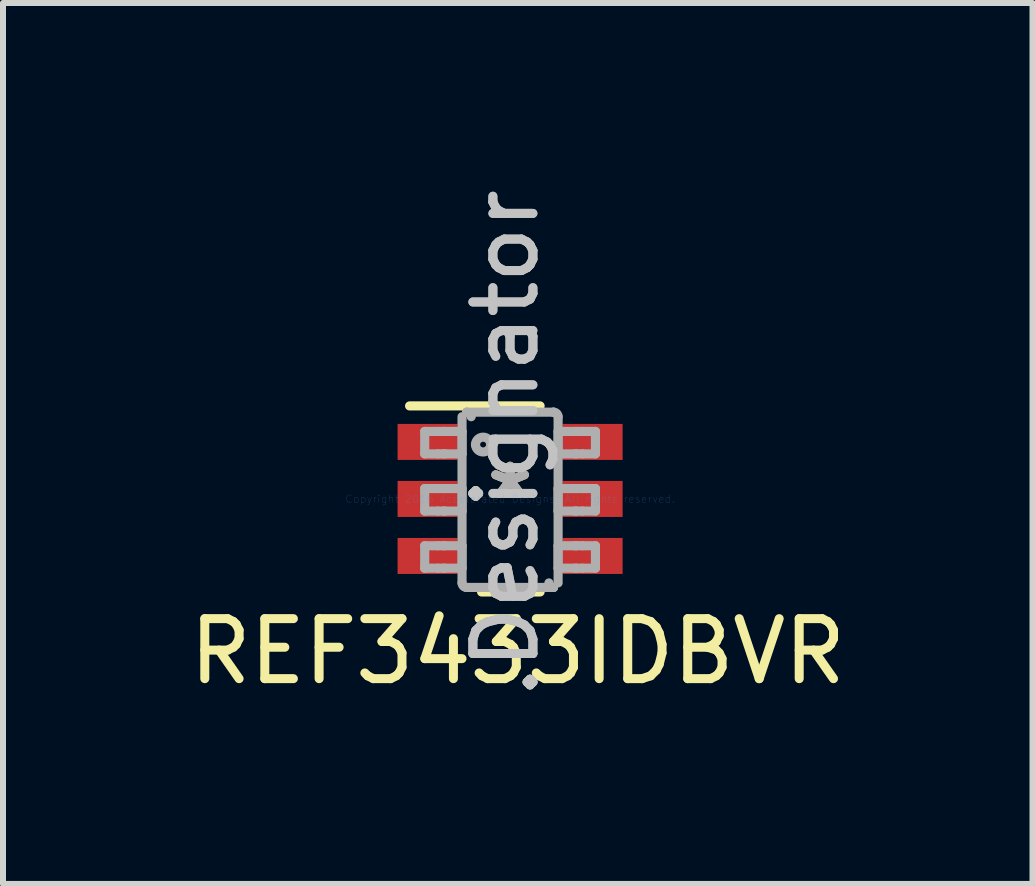
<source format=kicad_pcb>
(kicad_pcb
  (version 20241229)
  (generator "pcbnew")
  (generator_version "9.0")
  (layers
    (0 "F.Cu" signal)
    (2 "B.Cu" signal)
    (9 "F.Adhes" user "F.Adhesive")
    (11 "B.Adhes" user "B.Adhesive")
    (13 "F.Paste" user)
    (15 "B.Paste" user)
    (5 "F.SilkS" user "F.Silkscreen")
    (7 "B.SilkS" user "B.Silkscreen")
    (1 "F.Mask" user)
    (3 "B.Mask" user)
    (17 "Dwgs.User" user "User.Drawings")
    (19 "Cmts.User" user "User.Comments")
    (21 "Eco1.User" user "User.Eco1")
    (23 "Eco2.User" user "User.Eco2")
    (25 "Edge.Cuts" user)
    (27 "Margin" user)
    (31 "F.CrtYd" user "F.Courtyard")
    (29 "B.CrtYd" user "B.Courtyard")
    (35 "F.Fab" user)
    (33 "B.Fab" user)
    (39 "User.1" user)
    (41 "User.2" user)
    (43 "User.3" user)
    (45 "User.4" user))
  (footprint "REF3433IDBVR"
    (layer "F.Cu")
    (at 5.45 5.264)
    (property "Reference" "REF3433IDBVR" (at 0.127 2.54 0) (layer "F.SilkS") (effects (font (size 1 1) (thickness 0.15))))
    (attr through_hole)
    (fp_line (start -1.675 -1.55) (end 0.5 -1.55) (stroke (width 0.152) (type solid)) (layer "F.SilkS"))
    (fp_line (start -0.475 1.55) (end 0.5 1.55) (stroke (width 0.152) (type solid)) (layer "F.SilkS"))
    (fp_line (start -1.423 -1.125) (end -1.206 -1.125) (stroke (width 0.152) (type solid)) (layer "F.Fab"))
    (fp_line (start -1.423 -0.751) (end -1.423 -1.125) (stroke (width 0.152) (type solid)) (layer "F.Fab"))
    (fp_line (start -1.423 -0.751) (end -1.206 -0.751) (stroke (width 0.152) (type solid)) (layer "F.Fab"))
    (fp_line (start -1.423 -0.173) (end -1.206 -0.173) (stroke (width 0.152) (type solid)) (layer "F.Fab"))
    (fp_line (start -1.423 0.202) (end -1.423 -0.173) (stroke (width 0.152) (type solid)) (layer "F.Fab"))
    (fp_line (start -1.423 0.202) (end -1.206 0.202) (stroke (width 0.152) (type solid)) (layer "F.Fab"))
    (fp_line (start -1.423 0.78) (end -1.206 0.78) (stroke (width 0.152) (type solid)) (layer "F.Fab"))
    (fp_line (start -1.423 1.154) (end -1.423 0.78) (stroke (width 0.152) (type solid)) (layer "F.Fab"))
    (fp_line (start -1.423 1.154) (end -1.206 1.154) (stroke (width 0.152) (type solid)) (layer "F.Fab"))
    (fp_line (start -1.206 -1.125) (end -1.113 -1.125) (stroke (width 0.152) (type solid)) (layer "F.Fab"))
    (fp_line (start -1.206 -0.751) (end -1.113 -0.751) (stroke (width 0.152) (type solid)) (layer "F.Fab"))
    (fp_line (start -1.206 -0.173) (end -1.113 -0.173) (stroke (width 0.152) (type solid)) (layer "F.Fab"))
    (fp_line (start -1.206 0.202) (end -1.113 0.202) (stroke (width 0.152) (type solid)) (layer "F.Fab"))
    (fp_line (start -1.206 0.78) (end -1.113 0.78) (stroke (width 0.152) (type solid)) (layer "F.Fab"))
    (fp_line (start -1.206 1.154) (end -1.113 1.154) (stroke (width 0.152) (type solid)) (layer "F.Fab"))
    (fp_line (start -1.113 -1.125) (end -1.081 -1.125) (stroke (width 0.152) (type solid)) (layer "F.Fab"))
    (fp_line (start -1.113 -0.751) (end -1.081 -0.751) (stroke (width 0.152) (type solid)) (layer "F.Fab"))
    (fp_line (start -1.113 -0.173) (end -1.081 -0.173) (stroke (width 0.152) (type solid)) (layer "F.Fab"))
    (fp_line (start -1.113 0.202) (end -1.081 0.202) (stroke (width 0.152) (type solid)) (layer "F.Fab"))
    (fp_line (start -1.113 0.78) (end -1.081 0.78) (stroke (width 0.152) (type solid)) (layer "F.Fab"))
    (fp_line (start -1.113 1.154) (end -1.081 1.154) (stroke (width 0.152) (type solid)) (layer "F.Fab"))
    (fp_line (start -1.081 -1.125) (end -0.828 -1.125) (stroke (width 0.152) (type solid)) (layer "F.Fab"))
    (fp_line (start -1.081 -0.751) (end -0.828 -0.751) (stroke (width 0.152) (type solid)) (layer "F.Fab"))
    (fp_line (start -1.081 -0.173) (end -0.828 -0.173) (stroke (width 0.152) (type solid)) (layer "F.Fab"))
    (fp_line (start -1.081 0.202) (end -0.828 0.202) (stroke (width 0.152) (type solid)) (layer "F.Fab"))
    (fp_line (start -1.081 0.78) (end -0.828 0.78) (stroke (width 0.152) (type solid)) (layer "F.Fab"))
    (fp_line (start -1.081 1.154) (end -0.828 1.154) (stroke (width 0.152) (type solid)) (layer "F.Fab"))
    (fp_line (start -0.828 -1.125) (end -0.801 -1.125) (stroke (width 0.152) (type solid)) (layer "F.Fab"))
    (fp_line (start -0.828 -0.751) (end -0.801 -0.751) (stroke (width 0.152) (type solid)) (layer "F.Fab"))
    (fp_line (start -0.828 -0.173) (end -0.801 -0.173) (stroke (width 0.152) (type solid)) (layer "F.Fab"))
    (fp_line (start -0.828 0.202) (end -0.801 0.202) (stroke (width 0.152) (type solid)) (layer "F.Fab"))
    (fp_line (start -0.828 0.78) (end -0.801 0.78) (stroke (width 0.152) (type solid)) (layer "F.Fab"))
    (fp_line (start -0.828 1.154) (end -0.801 1.154) (stroke (width 0.152) (type solid)) (layer "F.Fab"))
    (fp_line (start -0.801 -0.751) (end -0.801 -1.125) (stroke (width 0.152) (type solid)) (layer "F.Fab"))
    (fp_line (start -0.801 0.202) (end -0.801 -0.173) (stroke (width 0.152) (type solid)) (layer "F.Fab"))
    (fp_line (start -0.801 1.154) (end -0.801 0.78) (stroke (width 0.152) (type solid)) (layer "F.Fab"))
    (fp_line (start -0.801 1.399) (end -0.801 -1.37) (stroke (width 0.152) (type solid)) (layer "F.Fab"))
    (fp_line (start -0.725 -1.446) (end -0.724 -1.446) (stroke (width 0.152) (type solid)) (layer "F.Fab"))
    (fp_line (start -0.725 1.475) (end -0.724 1.475) (stroke (width 0.152) (type solid)) (layer "F.Fab"))
    (fp_line (start -0.724 -1.446) (end 0.723 -1.446) (stroke (width 0.152) (type solid)) (layer "F.Fab"))
    (fp_line (start -0.724 1.475) (end 0.723 1.475) (stroke (width 0.152) (type solid)) (layer "F.Fab"))
    (fp_line (start 0.723 -1.446) (end 0.724 -1.446) (stroke (width 0.152) (type solid)) (layer "F.Fab"))
    (fp_line (start 0.723 1.475) (end 0.724 1.475) (stroke (width 0.152) (type solid)) (layer "F.Fab"))
    (fp_line (start 0.8 -1.125) (end 0.827 -1.125) (stroke (width 0.152) (type solid)) (layer "F.Fab"))
    (fp_line (start 0.8 -0.751) (end 0.8 -1.125) (stroke (width 0.152) (type solid)) (layer "F.Fab"))
    (fp_line (start 0.8 -0.751) (end 0.827 -0.751) (stroke (width 0.152) (type solid)) (layer "F.Fab"))
    (fp_line (start 0.8 -0.173) (end 0.827 -0.173) (stroke (width 0.152) (type solid)) (layer "F.Fab"))
    (fp_line (start 0.8 0.202) (end 0.8 -0.173) (stroke (width 0.152) (type solid)) (layer "F.Fab"))
    (fp_line (start 0.8 0.202) (end 0.827 0.202) (stroke (width 0.152) (type solid)) (layer "F.Fab"))
    (fp_line (start 0.8 0.78) (end 0.827 0.78) (stroke (width 0.152) (type solid)) (layer "F.Fab"))
    (fp_line (start 0.8 1.154) (end 0.8 0.78) (stroke (width 0.152) (type solid)) (layer "F.Fab"))
    (fp_line (start 0.8 1.154) (end 0.827 1.154) (stroke (width 0.152) (type solid)) (layer "F.Fab"))
    (fp_line (start 0.8 1.399) (end 0.8 -1.37) (stroke (width 0.152) (type solid)) (layer "F.Fab"))
    (fp_line (start 0.827 -1.125) (end 1.08 -1.125) (stroke (width 0.152) (type solid)) (layer "F.Fab"))
    (fp_line (start 0.827 -0.751) (end 1.08 -0.751) (stroke (width 0.152) (type solid)) (layer "F.Fab"))
    (fp_line (start 0.827 -0.173) (end 1.08 -0.173) (stroke (width 0.152) (type solid)) (layer "F.Fab"))
    (fp_line (start 0.827 0.202) (end 1.08 0.202) (stroke (width 0.152) (type solid)) (layer "F.Fab"))
    (fp_line (start 0.827 0.78) (end 1.08 0.78) (stroke (width 0.152) (type solid)) (layer "F.Fab"))
    (fp_line (start 0.827 1.154) (end 1.08 1.154) (stroke (width 0.152) (type solid)) (layer "F.Fab"))
    (fp_line (start 1.08 -1.125) (end 1.112 -1.125) (stroke (width 0.152) (type solid)) (layer "F.Fab"))
    (fp_line (start 1.08 -0.751) (end 1.112 -0.751) (stroke (width 0.152) (type solid)) (layer "F.Fab"))
    (fp_line (start 1.08 -0.173) (end 1.112 -0.173) (stroke (width 0.152) (type solid)) (layer "F.Fab"))
    (fp_line (start 1.08 0.202) (end 1.112 0.202) (stroke (width 0.152) (type solid)) (layer "F.Fab"))
    (fp_line (start 1.08 0.78) (end 1.112 0.78) (stroke (width 0.152) (type solid)) (layer "F.Fab"))
    (fp_line (start 1.08 1.154) (end 1.112 1.154) (stroke (width 0.152) (type solid)) (layer "F.Fab"))
    (fp_line (start 1.112 -1.125) (end 1.205 -1.125) (stroke (width 0.152) (type solid)) (layer "F.Fab"))
    (fp_line (start 1.112 -0.751) (end 1.205 -0.751) (stroke (width 0.152) (type solid)) (layer "F.Fab"))
    (fp_line (start 1.112 -0.173) (end 1.205 -0.173) (stroke (width 0.152) (type solid)) (layer "F.Fab"))
    (fp_line (start 1.112 0.202) (end 1.205 0.202) (stroke (width 0.152) (type solid)) (layer "F.Fab"))
    (fp_line (start 1.112 0.78) (end 1.205 0.78) (stroke (width 0.152) (type solid)) (layer "F.Fab"))
    (fp_line (start 1.112 1.154) (end 1.205 1.154) (stroke (width 0.152) (type solid)) (layer "F.Fab"))
    (fp_line (start 1.205 -1.125) (end 1.422 -1.125) (stroke (width 0.152) (type solid)) (layer "F.Fab"))
    (fp_line (start 1.205 -0.751) (end 1.422 -0.751) (stroke (width 0.152) (type solid)) (layer "F.Fab"))
    (fp_line (start 1.205 -0.173) (end 1.422 -0.173) (stroke (width 0.152) (type solid)) (layer "F.Fab"))
    (fp_line (start 1.205 0.202) (end 1.422 0.202) (stroke (width 0.152) (type solid)) (layer "F.Fab"))
    (fp_line (start 1.205 0.78) (end 1.422 0.78) (stroke (width 0.152) (type solid)) (layer "F.Fab"))
    (fp_line (start 1.205 1.154) (end 1.422 1.154) (stroke (width 0.152) (type solid)) (layer "F.Fab"))
    (fp_line (start 1.422 -0.751) (end 1.422 -1.125) (stroke (width 0.152) (type solid)) (layer "F.Fab"))
    (fp_line (start 1.422 0.202) (end 1.422 -0.173) (stroke (width 0.152) (type solid)) (layer "F.Fab"))
    (fp_line (start 1.422 1.154) (end 1.422 0.78) (stroke (width 0.152) (type solid)) (layer "F.Fab"))
    (fp_arc (start -0.724487 1.475003) (mid -0.778145 1.45291) (end -0.800689 1.39944) (stroke (width 0.1524) (type solid)) (layer "F.Fab"))
    (fp_arc (start -0.724474 -1.446002) (mid -0.670807 -1.423905) (end -0.648259 -1.370426) (stroke (width 0.1524) (type solid)) (layer "F.Fab"))
    (fp_arc (start -0.576537 -0.906071) (mid -0.449562 -1.033046) (end -0.322587 -0.906071) (stroke (width 0.1524) (type solid)) (layer "F.Fab"))
    (fp_arc (start -0.322588 -0.906071) (mid -0.449562 -0.779097) (end -0.576536 -0.906071) (stroke (width 0.1524) (type solid)) (layer "F.Fab"))
    (fp_arc (start 0.723303 -1.446002) (mid 0.776961 -1.423909) (end 0.799505 -1.370439) (stroke (width 0.1524) (type solid)) (layer "F.Fab"))
    (fp_arc (start 0.723316 1.475003) (mid 0.669668 1.452913) (end 0.647127 1.399453) (stroke (width 0.1524) (type solid)) (layer "F.Fab"))
    (fp_text user "*" (at 0 0 0) (layer "F.SilkS") (effects (font (size 1 1) (thickness 0.15))))
    (fp_text user ".Designator" (at -0.075 -0.925 270) (layer "Dwgs.User") (effects (font (size 1 1) (thickness 0.15))))
    (fp_text user "Copyright 2016 Accelerated Designs. All rights reserved." (at 0 0 0) (layer "Cmts.User") (effects (font (size 0.127 0.127) (thickness 0.002))))
    (fp_text user "*" (at 0 0 0) (layer "F.Fab") (effects (font (size 1 1) (thickness 0.15))))
    (fp_text user ".Designator" (at -0.075 -0.925 270) (layer "F.Fab") (effects (font (size 1 1) (thickness 0.15))))
    (pad "1" smd rect (at -1.375 -0.95 90) (size 0.6 1) (layers "F.Cu" "F.Mask" "F.Paste"))
    (pad "2" smd rect (at -1.375 0 90) (size 0.6 1) (layers "F.Cu" "F.Mask" "F.Paste"))
    (pad "3" smd rect (at -1.375 0.95 90) (size 0.6 1) (layers "F.Cu" "F.Mask" "F.Paste"))
    (pad "4" smd rect (at 1.375 0.95 90) (size 0.6 1) (layers "F.Cu" "F.Mask" "F.Paste"))
    (pad "5" smd rect (at 1.375 0 90) (size 0.6 1) (layers "F.Cu" "F.Mask" "F.Paste"))
    (pad "6" smd rect (at 1.375 -0.95 90) (size 0.6 1) (layers "F.Cu" "F.Mask" "F.Paste")))
  (gr_rect
    (start -3 -3)
    (end 14.155 11.679)
    (stroke (width 0.1) (type default))
    (fill no)
    (layer "Edge.Cuts")))
</source>
